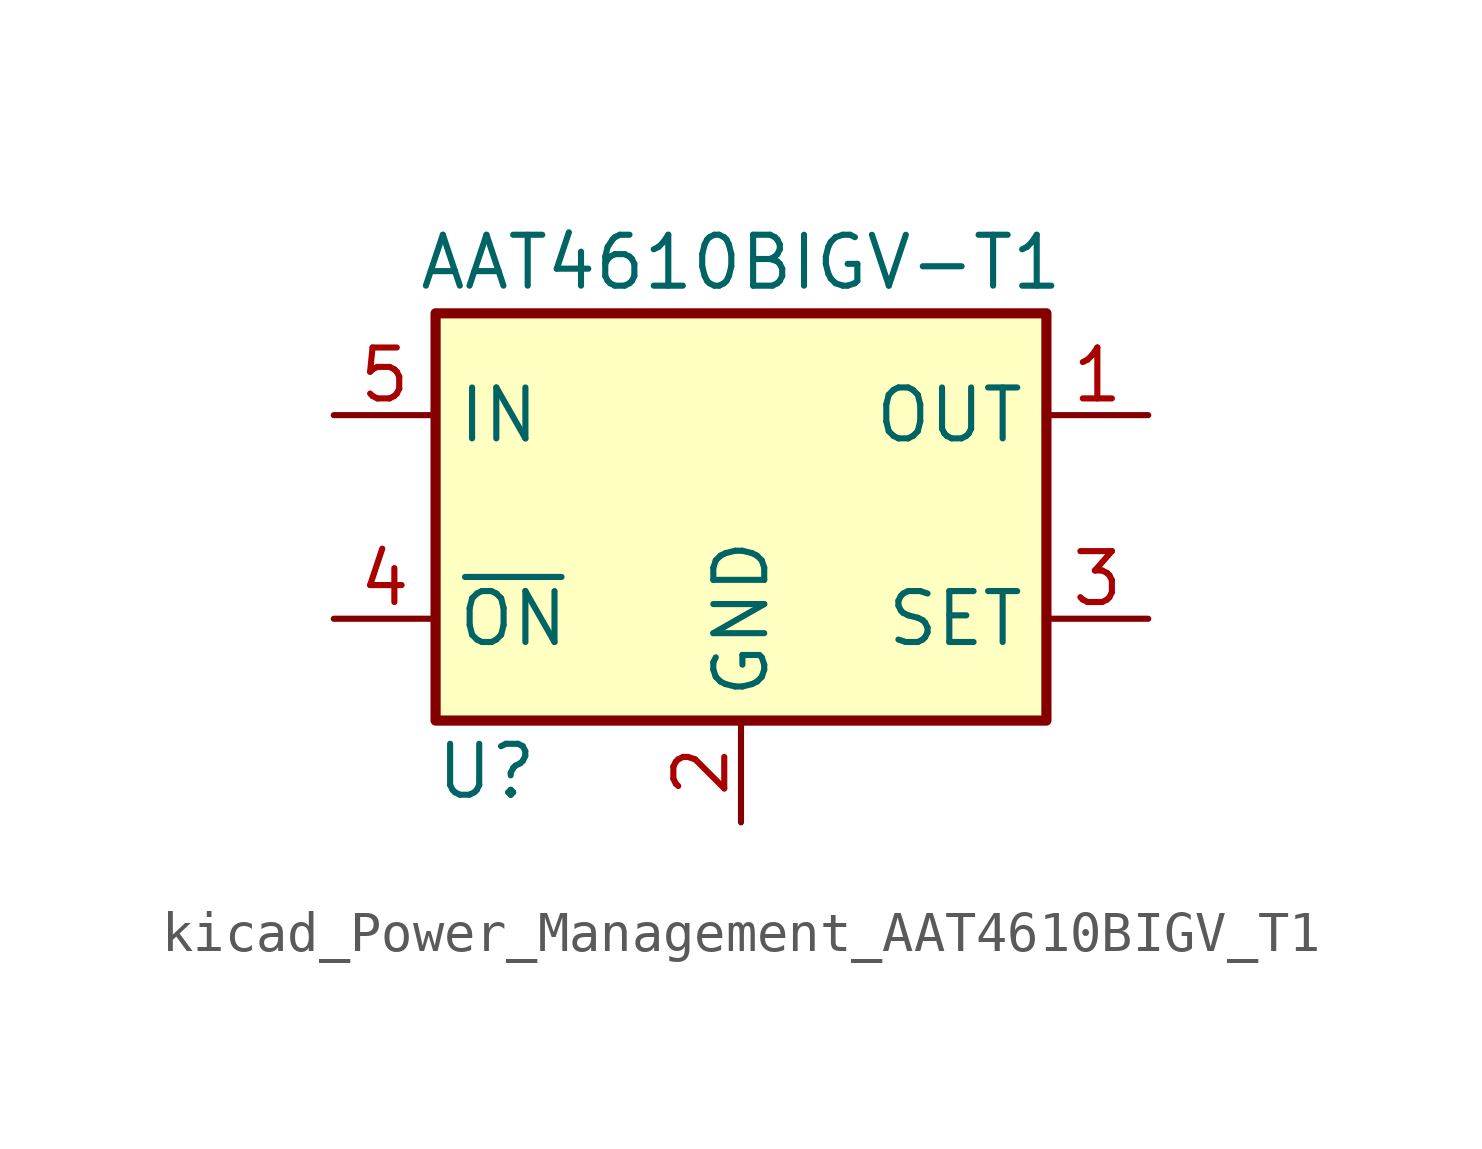
<source format=kicad_sym>
(kicad_symbol_lib
  (version 20220914)
  (generator kicad_symbol_editor)
  (symbol "kicad_Power_Management_AAT4610BIGV_T1"
    (property "Reference" "U"
      (at -6.35 -6.35 0)
      (effects (font (size 1.27 1.27))))
    (property "Value" "AAT4610BIGV-T1"
      (at 0 6.35 0)
      (effects (font (size 1.27 1.27))))
    (symbol "kicad_Power_Management_AAT4610BIGV_T1_0_1"
      (rectangle (start -7.62 5.08) (end 7.62 -5.08) (stroke (width 0.254) (type default)) (fill (type background))))
    (symbol "kicad_Power_Management_AAT4610BIGV_T1_1_1"
      (pin power_out line (at 10.16 2.54 180) (length 2.54) (name "OUT" (effects (font (size 1.27 1.27)))) (number "1" (effects (font (size 1.27 1.27)))))
      (pin power_in line (at 0 -7.62 90) (length 2.54) (name "GND" (effects (font (size 1.27 1.27)))) (number "2" (effects (font (size 1.27 1.27)))))
      (pin passive line (at 10.16 -2.54 180) (length 2.54) (name "SET" (effects (font (size 1.27 1.27)))) (number "3" (effects (font (size 1.27 1.27)))))
      (pin input line (at -10.16 -2.54 0) (length 2.54) (name "~{ON}" (effects (font (size 1.27 1.27)))) (number "4" (effects (font (size 1.27 1.27)))))
      (pin power_in line (at -10.16 2.54 0) (length 2.54) (name "IN" (effects (font (size 1.27 1.27)))) (number "5" (effects (font (size 1.27 1.27))))))))
</source>
